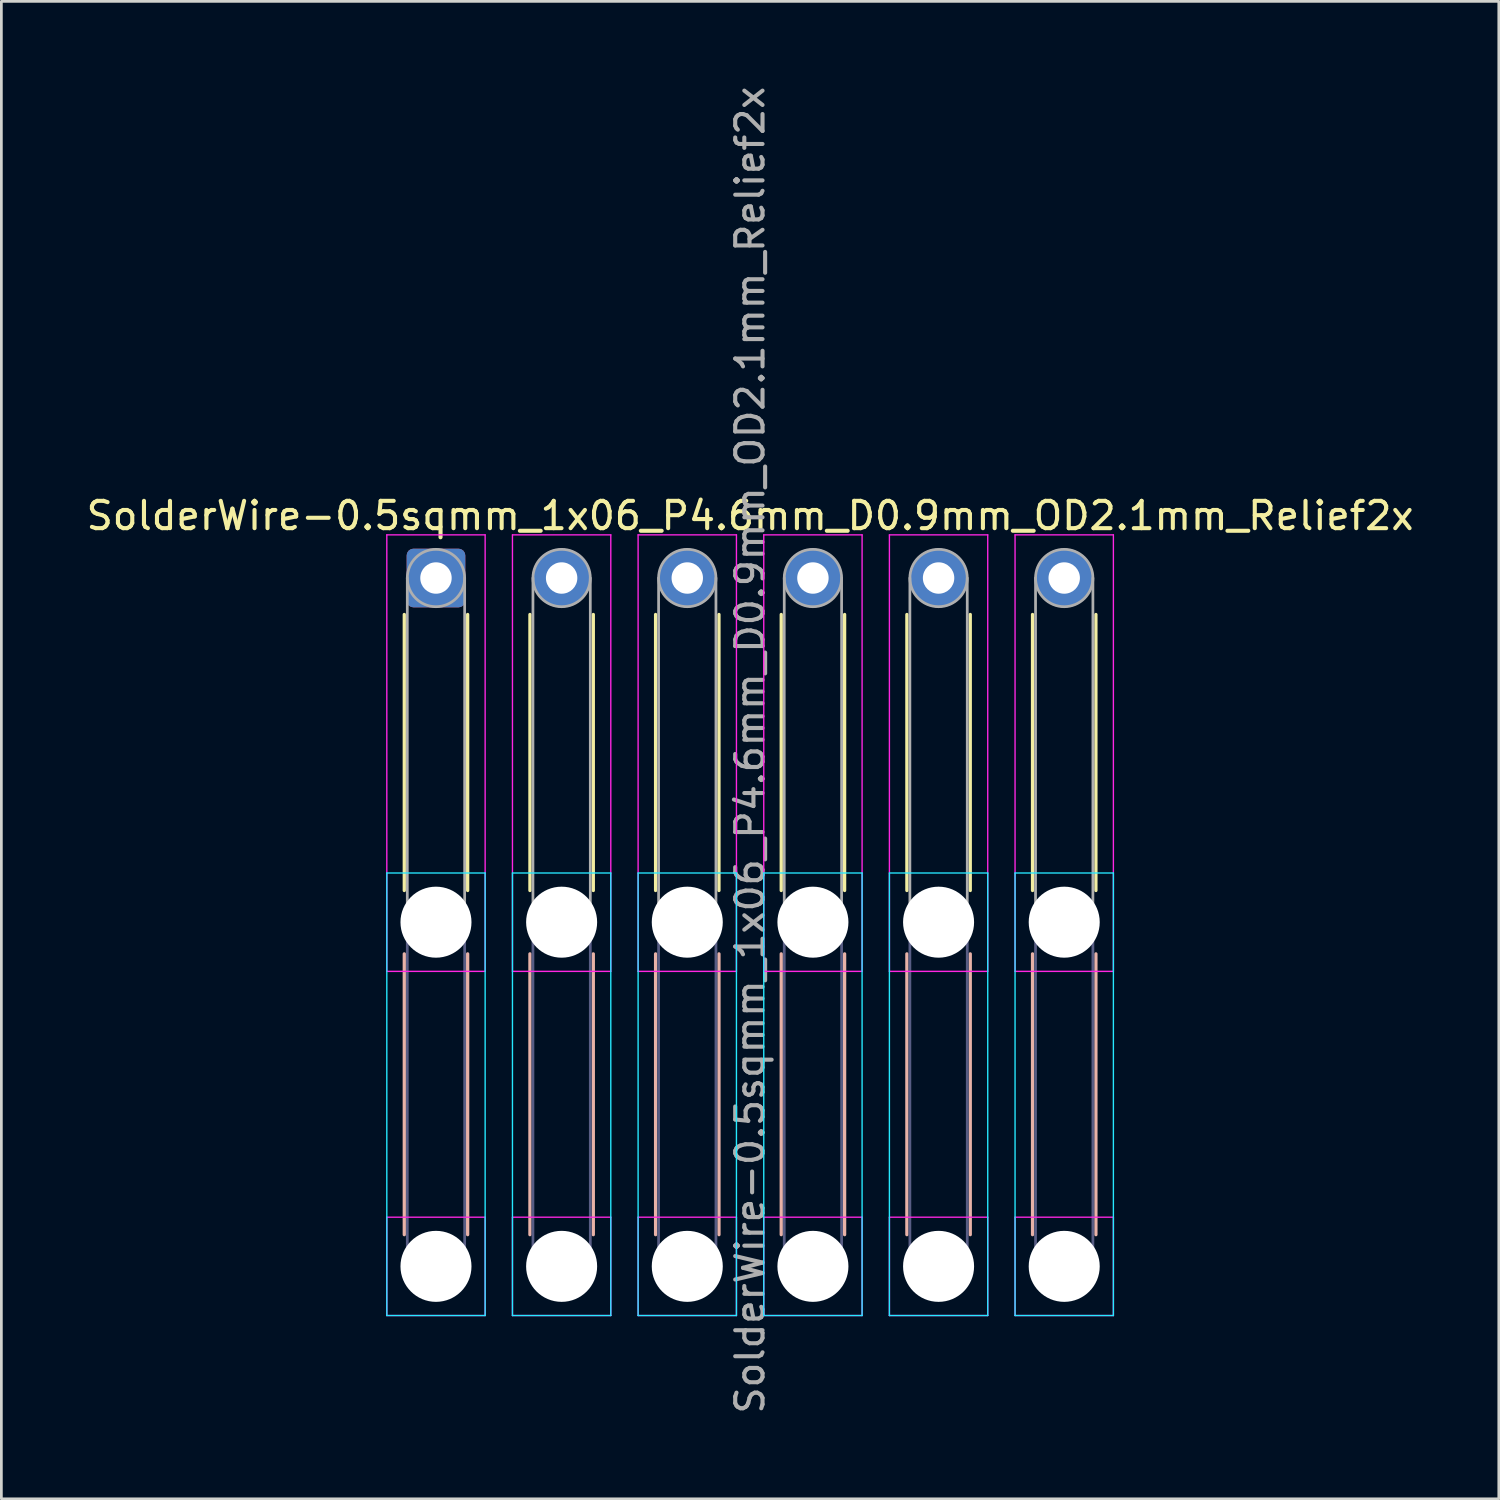
<source format=kicad_pcb>
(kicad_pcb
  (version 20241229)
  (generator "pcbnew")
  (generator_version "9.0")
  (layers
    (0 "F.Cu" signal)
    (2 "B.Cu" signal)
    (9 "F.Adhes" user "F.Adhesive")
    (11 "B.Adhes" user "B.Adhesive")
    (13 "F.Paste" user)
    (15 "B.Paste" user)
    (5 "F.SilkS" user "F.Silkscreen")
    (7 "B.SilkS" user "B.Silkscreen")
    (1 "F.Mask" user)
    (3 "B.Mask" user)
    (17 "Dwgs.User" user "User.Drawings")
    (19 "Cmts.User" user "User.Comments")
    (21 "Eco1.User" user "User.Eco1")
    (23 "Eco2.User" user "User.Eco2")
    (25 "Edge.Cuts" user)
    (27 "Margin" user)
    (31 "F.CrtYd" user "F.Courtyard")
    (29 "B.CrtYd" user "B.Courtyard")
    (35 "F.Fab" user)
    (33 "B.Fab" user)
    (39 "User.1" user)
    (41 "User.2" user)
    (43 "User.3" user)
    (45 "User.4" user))
  (footprint "SolderWire-0.5sqmm_1x06_P4.6mm_D0.9mm_OD2.1mm_Relief2x"
    (layer "F.Cu")
    (at 12.911 18.111)
    (property "Reference" "SolderWire-0.5sqmm_1x06_P4.6mm_D0.9mm_OD2.1mm_Relief2x" (at 11.5 -2.28 0) (layer "F.SilkS") (effects (font (size 1 1) (thickness 0.15))))
    (attr exclude_from_pos_files exclude_from_bom)
    (fp_line (start -1.16 1.335) (end -1.16 11.44) (stroke (width 0.12) (type solid)) (layer "F.SilkS"))
    (fp_line (start 1.16 1.335) (end 1.16 11.44) (stroke (width 0.12) (type solid)) (layer "F.SilkS"))
    (fp_line (start 3.44 1.335) (end 3.44 11.44) (stroke (width 0.12) (type solid)) (layer "F.SilkS"))
    (fp_line (start 5.76 1.335) (end 5.76 11.44) (stroke (width 0.12) (type solid)) (layer "F.SilkS"))
    (fp_line (start 8.04 1.335) (end 8.04 11.44) (stroke (width 0.12) (type solid)) (layer "F.SilkS"))
    (fp_line (start 10.36 1.335) (end 10.36 11.44) (stroke (width 0.12) (type solid)) (layer "F.SilkS"))
    (fp_line (start 12.64 1.335) (end 12.64 11.44) (stroke (width 0.12) (type solid)) (layer "F.SilkS"))
    (fp_line (start 14.96 1.335) (end 14.96 11.44) (stroke (width 0.12) (type solid)) (layer "F.SilkS"))
    (fp_line (start 17.24 1.335) (end 17.24 11.44) (stroke (width 0.12) (type solid)) (layer "F.SilkS"))
    (fp_line (start 19.56 1.335) (end 19.56 11.44) (stroke (width 0.12) (type solid)) (layer "F.SilkS"))
    (fp_line (start 21.84 1.335) (end 21.84 11.44) (stroke (width 0.12) (type solid)) (layer "F.SilkS"))
    (fp_line (start 24.16 1.335) (end 24.16 11.44) (stroke (width 0.12) (type solid)) (layer "F.SilkS"))
    (fp_line (start -1.16 13.76) (end -1.16 24.04) (stroke (width 0.12) (type solid)) (layer "B.SilkS"))
    (fp_line (start 1.16 13.76) (end 1.16 24.04) (stroke (width 0.12) (type solid)) (layer "B.SilkS"))
    (fp_line (start 3.44 13.76) (end 3.44 24.04) (stroke (width 0.12) (type solid)) (layer "B.SilkS"))
    (fp_line (start 5.76 13.76) (end 5.76 24.04) (stroke (width 0.12) (type solid)) (layer "B.SilkS"))
    (fp_line (start 8.04 13.76) (end 8.04 24.04) (stroke (width 0.12) (type solid)) (layer "B.SilkS"))
    (fp_line (start 10.36 13.76) (end 10.36 24.04) (stroke (width 0.12) (type solid)) (layer "B.SilkS"))
    (fp_line (start 12.64 13.76) (end 12.64 24.04) (stroke (width 0.12) (type solid)) (layer "B.SilkS"))
    (fp_line (start 14.96 13.76) (end 14.96 24.04) (stroke (width 0.12) (type solid)) (layer "B.SilkS"))
    (fp_line (start 17.24 13.76) (end 17.24 24.04) (stroke (width 0.12) (type solid)) (layer "B.SilkS"))
    (fp_line (start 19.56 13.76) (end 19.56 24.04) (stroke (width 0.12) (type solid)) (layer "B.SilkS"))
    (fp_line (start 21.84 13.76) (end 21.84 24.04) (stroke (width 0.12) (type solid)) (layer "B.SilkS"))
    (fp_line (start 24.16 13.76) (end 24.16 24.04) (stroke (width 0.12) (type solid)) (layer "B.SilkS"))
    (fp_line (start -1.8 10.8) (end -1.8 27) (stroke (width 0.05) (type solid)) (layer "B.CrtYd"))
    (fp_line (start -1.8 27) (end 1.8 27) (stroke (width 0.05) (type solid)) (layer "B.CrtYd"))
    (fp_line (start 1.8 10.8) (end -1.8 10.8) (stroke (width 0.05) (type solid)) (layer "B.CrtYd"))
    (fp_line (start 1.8 27) (end 1.8 10.8) (stroke (width 0.05) (type solid)) (layer "B.CrtYd"))
    (fp_line (start 2.8 10.8) (end 2.8 27) (stroke (width 0.05) (type solid)) (layer "B.CrtYd"))
    (fp_line (start 2.8 27) (end 6.4 27) (stroke (width 0.05) (type solid)) (layer "B.CrtYd"))
    (fp_line (start 6.4 10.8) (end 2.8 10.8) (stroke (width 0.05) (type solid)) (layer "B.CrtYd"))
    (fp_line (start 6.4 27) (end 6.4 10.8) (stroke (width 0.05) (type solid)) (layer "B.CrtYd"))
    (fp_line (start 7.4 10.8) (end 7.4 27) (stroke (width 0.05) (type solid)) (layer "B.CrtYd"))
    (fp_line (start 7.4 27) (end 11 27) (stroke (width 0.05) (type solid)) (layer "B.CrtYd"))
    (fp_line (start 11 10.8) (end 7.4 10.8) (stroke (width 0.05) (type solid)) (layer "B.CrtYd"))
    (fp_line (start 11 27) (end 11 10.8) (stroke (width 0.05) (type solid)) (layer "B.CrtYd"))
    (fp_line (start 12 10.8) (end 12 27) (stroke (width 0.05) (type solid)) (layer "B.CrtYd"))
    (fp_line (start 12 27) (end 15.6 27) (stroke (width 0.05) (type solid)) (layer "B.CrtYd"))
    (fp_line (start 15.6 10.8) (end 12 10.8) (stroke (width 0.05) (type solid)) (layer "B.CrtYd"))
    (fp_line (start 15.6 27) (end 15.6 10.8) (stroke (width 0.05) (type solid)) (layer "B.CrtYd"))
    (fp_line (start 16.6 10.8) (end 16.6 27) (stroke (width 0.05) (type solid)) (layer "B.CrtYd"))
    (fp_line (start 16.6 27) (end 20.2 27) (stroke (width 0.05) (type solid)) (layer "B.CrtYd"))
    (fp_line (start 20.2 10.8) (end 16.6 10.8) (stroke (width 0.05) (type solid)) (layer "B.CrtYd"))
    (fp_line (start 20.2 27) (end 20.2 10.8) (stroke (width 0.05) (type solid)) (layer "B.CrtYd"))
    (fp_line (start 21.2 10.8) (end 21.2 27) (stroke (width 0.05) (type solid)) (layer "B.CrtYd"))
    (fp_line (start 21.2 27) (end 24.8 27) (stroke (width 0.05) (type solid)) (layer "B.CrtYd"))
    (fp_line (start 24.8 10.8) (end 21.2 10.8) (stroke (width 0.05) (type solid)) (layer "B.CrtYd"))
    (fp_line (start 24.8 27) (end 24.8 10.8) (stroke (width 0.05) (type solid)) (layer "B.CrtYd"))
    (fp_line (start -1.8 -1.58) (end -1.8 14.4) (stroke (width 0.05) (type solid)) (layer "F.CrtYd"))
    (fp_line (start -1.8 14.4) (end 1.8 14.4) (stroke (width 0.05) (type solid)) (layer "F.CrtYd"))
    (fp_line (start -1.8 23.4) (end -1.8 27) (stroke (width 0.05) (type solid)) (layer "F.CrtYd"))
    (fp_line (start -1.8 27) (end 1.8 27) (stroke (width 0.05) (type solid)) (layer "F.CrtYd"))
    (fp_line (start 1.8 -1.58) (end -1.8 -1.58) (stroke (width 0.05) (type solid)) (layer "F.CrtYd"))
    (fp_line (start 1.8 14.4) (end 1.8 -1.58) (stroke (width 0.05) (type solid)) (layer "F.CrtYd"))
    (fp_line (start 1.8 23.4) (end -1.8 23.4) (stroke (width 0.05) (type solid)) (layer "F.CrtYd"))
    (fp_line (start 1.8 27) (end 1.8 23.4) (stroke (width 0.05) (type solid)) (layer "F.CrtYd"))
    (fp_line (start 2.8 -1.58) (end 2.8 14.4) (stroke (width 0.05) (type solid)) (layer "F.CrtYd"))
    (fp_line (start 2.8 14.4) (end 6.4 14.4) (stroke (width 0.05) (type solid)) (layer "F.CrtYd"))
    (fp_line (start 2.8 23.4) (end 2.8 27) (stroke (width 0.05) (type solid)) (layer "F.CrtYd"))
    (fp_line (start 2.8 27) (end 6.4 27) (stroke (width 0.05) (type solid)) (layer "F.CrtYd"))
    (fp_line (start 6.4 -1.58) (end 2.8 -1.58) (stroke (width 0.05) (type solid)) (layer "F.CrtYd"))
    (fp_line (start 6.4 14.4) (end 6.4 -1.58) (stroke (width 0.05) (type solid)) (layer "F.CrtYd"))
    (fp_line (start 6.4 23.4) (end 2.8 23.4) (stroke (width 0.05) (type solid)) (layer "F.CrtYd"))
    (fp_line (start 6.4 27) (end 6.4 23.4) (stroke (width 0.05) (type solid)) (layer "F.CrtYd"))
    (fp_line (start 7.4 -1.58) (end 7.4 14.4) (stroke (width 0.05) (type solid)) (layer "F.CrtYd"))
    (fp_line (start 7.4 14.4) (end 11 14.4) (stroke (width 0.05) (type solid)) (layer "F.CrtYd"))
    (fp_line (start 7.4 23.4) (end 7.4 27) (stroke (width 0.05) (type solid)) (layer "F.CrtYd"))
    (fp_line (start 7.4 27) (end 11 27) (stroke (width 0.05) (type solid)) (layer "F.CrtYd"))
    (fp_line (start 11 -1.58) (end 7.4 -1.58) (stroke (width 0.05) (type solid)) (layer "F.CrtYd"))
    (fp_line (start 11 14.4) (end 11 -1.58) (stroke (width 0.05) (type solid)) (layer "F.CrtYd"))
    (fp_line (start 11 23.4) (end 7.4 23.4) (stroke (width 0.05) (type solid)) (layer "F.CrtYd"))
    (fp_line (start 11 27) (end 11 23.4) (stroke (width 0.05) (type solid)) (layer "F.CrtYd"))
    (fp_line (start 12 -1.58) (end 12 14.4) (stroke (width 0.05) (type solid)) (layer "F.CrtYd"))
    (fp_line (start 12 14.4) (end 15.6 14.4) (stroke (width 0.05) (type solid)) (layer "F.CrtYd"))
    (fp_line (start 12 23.4) (end 12 27) (stroke (width 0.05) (type solid)) (layer "F.CrtYd"))
    (fp_line (start 12 27) (end 15.6 27) (stroke (width 0.05) (type solid)) (layer "F.CrtYd"))
    (fp_line (start 15.6 -1.58) (end 12 -1.58) (stroke (width 0.05) (type solid)) (layer "F.CrtYd"))
    (fp_line (start 15.6 14.4) (end 15.6 -1.58) (stroke (width 0.05) (type solid)) (layer "F.CrtYd"))
    (fp_line (start 15.6 23.4) (end 12 23.4) (stroke (width 0.05) (type solid)) (layer "F.CrtYd"))
    (fp_line (start 15.6 27) (end 15.6 23.4) (stroke (width 0.05) (type solid)) (layer "F.CrtYd"))
    (fp_line (start 16.6 -1.58) (end 16.6 14.4) (stroke (width 0.05) (type solid)) (layer "F.CrtYd"))
    (fp_line (start 16.6 14.4) (end 20.2 14.4) (stroke (width 0.05) (type solid)) (layer "F.CrtYd"))
    (fp_line (start 16.6 23.4) (end 16.6 27) (stroke (width 0.05) (type solid)) (layer "F.CrtYd"))
    (fp_line (start 16.6 27) (end 20.2 27) (stroke (width 0.05) (type solid)) (layer "F.CrtYd"))
    (fp_line (start 20.2 -1.58) (end 16.6 -1.58) (stroke (width 0.05) (type solid)) (layer "F.CrtYd"))
    (fp_line (start 20.2 14.4) (end 20.2 -1.58) (stroke (width 0.05) (type solid)) (layer "F.CrtYd"))
    (fp_line (start 20.2 23.4) (end 16.6 23.4) (stroke (width 0.05) (type solid)) (layer "F.CrtYd"))
    (fp_line (start 20.2 27) (end 20.2 23.4) (stroke (width 0.05) (type solid)) (layer "F.CrtYd"))
    (fp_line (start 21.2 -1.58) (end 21.2 14.4) (stroke (width 0.05) (type solid)) (layer "F.CrtYd"))
    (fp_line (start 21.2 14.4) (end 24.8 14.4) (stroke (width 0.05) (type solid)) (layer "F.CrtYd"))
    (fp_line (start 21.2 23.4) (end 21.2 27) (stroke (width 0.05) (type solid)) (layer "F.CrtYd"))
    (fp_line (start 21.2 27) (end 24.8 27) (stroke (width 0.05) (type solid)) (layer "F.CrtYd"))
    (fp_line (start 24.8 -1.58) (end 21.2 -1.58) (stroke (width 0.05) (type solid)) (layer "F.CrtYd"))
    (fp_line (start 24.8 14.4) (end 24.8 -1.58) (stroke (width 0.05) (type solid)) (layer "F.CrtYd"))
    (fp_line (start 24.8 23.4) (end 21.2 23.4) (stroke (width 0.05) (type solid)) (layer "F.CrtYd"))
    (fp_line (start 24.8 27) (end 24.8 23.4) (stroke (width 0.05) (type solid)) (layer "F.CrtYd"))
    (fp_line (start -1.05 12.6) (end -1.05 25.2) (stroke (width 0.1) (type solid)) (layer "B.Fab"))
    (fp_line (start 1.05 12.6) (end 1.05 25.2) (stroke (width 0.1) (type solid)) (layer "B.Fab"))
    (fp_line (start 3.55 12.6) (end 3.55 25.2) (stroke (width 0.1) (type solid)) (layer "B.Fab"))
    (fp_line (start 5.65 12.6) (end 5.65 25.2) (stroke (width 0.1) (type solid)) (layer "B.Fab"))
    (fp_line (start 8.15 12.6) (end 8.15 25.2) (stroke (width 0.1) (type solid)) (layer "B.Fab"))
    (fp_line (start 10.25 12.6) (end 10.25 25.2) (stroke (width 0.1) (type solid)) (layer "B.Fab"))
    (fp_line (start 12.75 12.6) (end 12.75 25.2) (stroke (width 0.1) (type solid)) (layer "B.Fab"))
    (fp_line (start 14.85 12.6) (end 14.85 25.2) (stroke (width 0.1) (type solid)) (layer "B.Fab"))
    (fp_line (start 17.35 12.6) (end 17.35 25.2) (stroke (width 0.1) (type solid)) (layer "B.Fab"))
    (fp_line (start 19.45 12.6) (end 19.45 25.2) (stroke (width 0.1) (type solid)) (layer "B.Fab"))
    (fp_line (start 21.95 12.6) (end 21.95 25.2) (stroke (width 0.1) (type solid)) (layer "B.Fab"))
    (fp_line (start 24.05 12.6) (end 24.05 25.2) (stroke (width 0.1) (type solid)) (layer "B.Fab"))
    (fp_circle (center 0 12.6) (end 1.05 12.6) (stroke (width 0.1) (type solid)) (fill no) (layer "B.Fab"))
    (fp_circle (center 0 25.2) (end 1.05 25.2) (stroke (width 0.1) (type solid)) (fill no) (layer "B.Fab"))
    (fp_circle (center 4.6 12.6) (end 5.65 12.6) (stroke (width 0.1) (type solid)) (fill no) (layer "B.Fab"))
    (fp_circle (center 4.6 25.2) (end 5.65 25.2) (stroke (width 0.1) (type solid)) (fill no) (layer "B.Fab"))
    (fp_circle (center 9.2 12.6) (end 10.25 12.6) (stroke (width 0.1) (type solid)) (fill no) (layer "B.Fab"))
    (fp_circle (center 9.2 25.2) (end 10.25 25.2) (stroke (width 0.1) (type solid)) (fill no) (layer "B.Fab"))
    (fp_circle (center 13.8 12.6) (end 14.85 12.6) (stroke (width 0.1) (type solid)) (fill no) (layer "B.Fab"))
    (fp_circle (center 13.8 25.2) (end 14.85 25.2) (stroke (width 0.1) (type solid)) (fill no) (layer "B.Fab"))
    (fp_circle (center 18.4 12.6) (end 19.45 12.6) (stroke (width 0.1) (type solid)) (fill no) (layer "B.Fab"))
    (fp_circle (center 18.4 25.2) (end 19.45 25.2) (stroke (width 0.1) (type solid)) (fill no) (layer "B.Fab"))
    (fp_circle (center 23 12.6) (end 24.05 12.6) (stroke (width 0.1) (type solid)) (fill no) (layer "B.Fab"))
    (fp_circle (center 23 25.2) (end 24.05 25.2) (stroke (width 0.1) (type solid)) (fill no) (layer "B.Fab"))
    (fp_line (start -1.05 0) (end -1.05 12.6) (stroke (width 0.1) (type solid)) (layer "F.Fab"))
    (fp_line (start 1.05 0) (end 1.05 12.6) (stroke (width 0.1) (type solid)) (layer "F.Fab"))
    (fp_line (start 3.55 0) (end 3.55 12.6) (stroke (width 0.1) (type solid)) (layer "F.Fab"))
    (fp_line (start 5.65 0) (end 5.65 12.6) (stroke (width 0.1) (type solid)) (layer "F.Fab"))
    (fp_line (start 8.15 0) (end 8.15 12.6) (stroke (width 0.1) (type solid)) (layer "F.Fab"))
    (fp_line (start 10.25 0) (end 10.25 12.6) (stroke (width 0.1) (type solid)) (layer "F.Fab"))
    (fp_line (start 12.75 0) (end 12.75 12.6) (stroke (width 0.1) (type solid)) (layer "F.Fab"))
    (fp_line (start 14.85 0) (end 14.85 12.6) (stroke (width 0.1) (type solid)) (layer "F.Fab"))
    (fp_line (start 17.35 0) (end 17.35 12.6) (stroke (width 0.1) (type solid)) (layer "F.Fab"))
    (fp_line (start 19.45 0) (end 19.45 12.6) (stroke (width 0.1) (type solid)) (layer "F.Fab"))
    (fp_line (start 21.95 0) (end 21.95 12.6) (stroke (width 0.1) (type solid)) (layer "F.Fab"))
    (fp_line (start 24.05 0) (end 24.05 12.6) (stroke (width 0.1) (type solid)) (layer "F.Fab"))
    (fp_circle (center 0 0) (end 1.05 0) (stroke (width 0.1) (type solid)) (fill no) (layer "F.Fab"))
    (fp_circle (center 0 12.6) (end 1.05 12.6) (stroke (width 0.1) (type solid)) (fill no) (layer "F.Fab"))
    (fp_circle (center 0 25.2) (end 1.05 25.2) (stroke (width 0.1) (type solid)) (fill no) (layer "F.Fab"))
    (fp_circle (center 4.6 0) (end 5.65 0) (stroke (width 0.1) (type solid)) (fill no) (layer "F.Fab"))
    (fp_circle (center 4.6 12.6) (end 5.65 12.6) (stroke (width 0.1) (type solid)) (fill no) (layer "F.Fab"))
    (fp_circle (center 4.6 25.2) (end 5.65 25.2) (stroke (width 0.1) (type solid)) (fill no) (layer "F.Fab"))
    (fp_circle (center 9.2 0) (end 10.25 0) (stroke (width 0.1) (type solid)) (fill no) (layer "F.Fab"))
    (fp_circle (center 9.2 12.6) (end 10.25 12.6) (stroke (width 0.1) (type solid)) (fill no) (layer "F.Fab"))
    (fp_circle (center 9.2 25.2) (end 10.25 25.2) (stroke (width 0.1) (type solid)) (fill no) (layer "F.Fab"))
    (fp_circle (center 13.8 0) (end 14.85 0) (stroke (width 0.1) (type solid)) (fill no) (layer "F.Fab"))
    (fp_circle (center 13.8 12.6) (end 14.85 12.6) (stroke (width 0.1) (type solid)) (fill no) (layer "F.Fab"))
    (fp_circle (center 13.8 25.2) (end 14.85 25.2) (stroke (width 0.1) (type solid)) (fill no) (layer "F.Fab"))
    (fp_circle (center 18.4 0) (end 19.45 0) (stroke (width 0.1) (type solid)) (fill no) (layer "F.Fab"))
    (fp_circle (center 18.4 12.6) (end 19.45 12.6) (stroke (width 0.1) (type solid)) (fill no) (layer "F.Fab"))
    (fp_circle (center 18.4 25.2) (end 19.45 25.2) (stroke (width 0.1) (type solid)) (fill no) (layer "F.Fab"))
    (fp_circle (center 23 0) (end 24.05 0) (stroke (width 0.1) (type solid)) (fill no) (layer "F.Fab"))
    (fp_circle (center 23 12.6) (end 24.05 12.6) (stroke (width 0.1) (type solid)) (fill no) (layer "F.Fab"))
    (fp_circle (center 23 25.2) (end 24.05 25.2) (stroke (width 0.1) (type solid)) (fill no) (layer "F.Fab"))
    (fp_text user "${REFERENCE}" (at 11.5 6.3 90) (layer "F.Fab") (effects (font (size 1 1) (thickness 0.15))))
    (pad "" np_thru_hole circle (at 0 12.6) (size 2.6 2.6) (drill 2.6) (layers "*.Cu" "*.Mask"))
    (pad "" np_thru_hole circle (at 0 25.2) (size 2.6 2.6) (drill 2.6) (layers "*.Cu" "*.Mask"))
    (pad "" np_thru_hole circle (at 4.6 12.6) (size 2.6 2.6) (drill 2.6) (layers "*.Cu" "*.Mask"))
    (pad "" np_thru_hole circle (at 4.6 25.2) (size 2.6 2.6) (drill 2.6) (layers "*.Cu" "*.Mask"))
    (pad "" np_thru_hole circle (at 9.2 12.6) (size 2.6 2.6) (drill 2.6) (layers "*.Cu" "*.Mask"))
    (pad "" np_thru_hole circle (at 9.2 25.2) (size 2.6 2.6) (drill 2.6) (layers "*.Cu" "*.Mask"))
    (pad "" np_thru_hole circle (at 13.8 12.6) (size 2.6 2.6) (drill 2.6) (layers "*.Cu" "*.Mask"))
    (pad "" np_thru_hole circle (at 13.8 25.2) (size 2.6 2.6) (drill 2.6) (layers "*.Cu" "*.Mask"))
    (pad "" np_thru_hole circle (at 18.4 12.6) (size 2.6 2.6) (drill 2.6) (layers "*.Cu" "*.Mask"))
    (pad "" np_thru_hole circle (at 18.4 25.2) (size 2.6 2.6) (drill 2.6) (layers "*.Cu" "*.Mask"))
    (pad "" np_thru_hole circle (at 23 12.6) (size 2.6 2.6) (drill 2.6) (layers "*.Cu" "*.Mask"))
    (pad "" np_thru_hole circle (at 23 25.2) (size 2.6 2.6) (drill 2.6) (layers "*.Cu" "*.Mask"))
    (pad "1" thru_hole roundrect (at 0 0) (size 2.15 2.15) (drill 1.15) (layers "*.Cu" "*.Mask") (roundrect_rratio 0.116))
    (pad "2" thru_hole circle (at 4.6 0) (size 2.15 2.15) (drill 1.15) (layers "*.Cu" "*.Mask"))
    (pad "3" thru_hole circle (at 9.2 0) (size 2.15 2.15) (drill 1.15) (layers "*.Cu" "*.Mask"))
    (pad "4" thru_hole circle (at 13.8 0) (size 2.15 2.15) (drill 1.15) (layers "*.Cu" "*.Mask"))
    (pad "5" thru_hole circle (at 18.4 0) (size 2.15 2.15) (drill 1.15) (layers "*.Cu" "*.Mask"))
    (pad "6" thru_hole circle (at 23 0) (size 2.15 2.15) (drill 1.15) (layers "*.Cu" "*.Mask")))
  (gr_rect
    (start -3 -3)
    (end 51.821 51.821)
    (stroke (width 0.1) (type default))
    (fill no)
    (layer "Edge.Cuts")))
</source>
